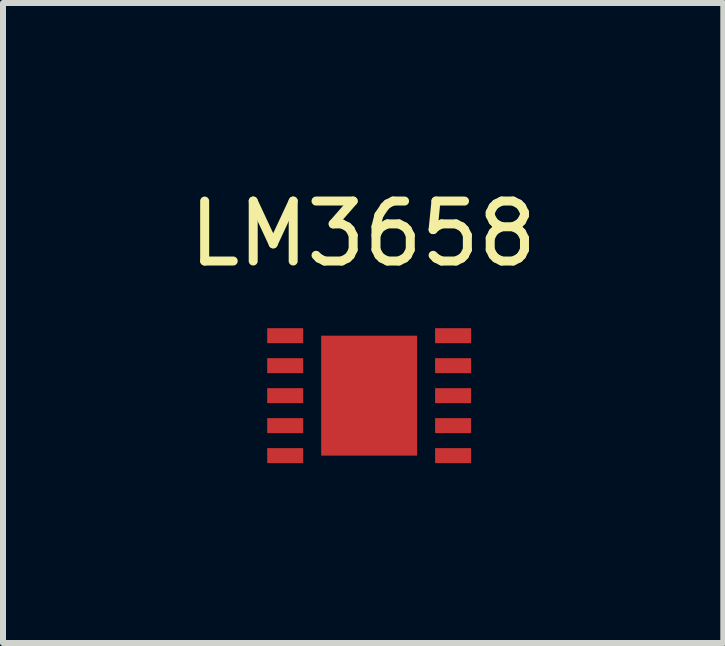
<source format=kicad_pcb>
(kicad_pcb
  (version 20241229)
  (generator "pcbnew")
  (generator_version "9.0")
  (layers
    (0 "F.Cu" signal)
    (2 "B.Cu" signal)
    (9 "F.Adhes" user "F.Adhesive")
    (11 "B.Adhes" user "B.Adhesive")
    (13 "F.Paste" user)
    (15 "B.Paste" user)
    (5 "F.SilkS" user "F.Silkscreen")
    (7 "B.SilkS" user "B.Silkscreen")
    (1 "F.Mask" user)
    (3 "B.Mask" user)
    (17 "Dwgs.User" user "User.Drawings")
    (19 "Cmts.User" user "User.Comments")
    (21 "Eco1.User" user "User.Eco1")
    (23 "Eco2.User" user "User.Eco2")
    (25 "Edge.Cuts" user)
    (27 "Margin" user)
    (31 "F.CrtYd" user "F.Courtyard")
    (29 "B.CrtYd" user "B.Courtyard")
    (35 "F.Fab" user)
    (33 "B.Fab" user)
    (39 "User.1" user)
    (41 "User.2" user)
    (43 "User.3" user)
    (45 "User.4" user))
  (footprint "LM3658"
    (layer "F.Cu")
    (at 3.106 3.548)
    (property "Reference" "LM3658" (at -0.1 -2.7 0) (layer "F.SilkS") (effects (font (size 1 1) (thickness 0.15))))
    (attr through_hole)
    (pad "1" smd rect (at -1.4 -1) (size 0.6 0.25) (layers "F.Cu" "F.Mask" "F.Paste"))
    (pad "2" smd rect (at -1.4 -0.5) (size 0.6 0.25) (layers "F.Cu" "F.Mask" "F.Paste"))
    (pad "3" smd rect (at -1.4 0) (size 0.6 0.25) (layers "F.Cu" "F.Mask" "F.Paste"))
    (pad "4" smd rect (at -1.4 0.5) (size 0.6 0.25) (layers "F.Cu" "F.Mask" "F.Paste"))
    (pad "5" smd rect (at -1.4 1) (size 0.6 0.25) (layers "F.Cu" "F.Mask" "F.Paste"))
    (pad "6" smd rect (at 1.4 1) (size 0.6 0.25) (layers "F.Cu" "F.Mask" "F.Paste"))
    (pad "7" smd rect (at 1.4 0.5) (size 0.6 0.25) (layers "F.Cu" "F.Mask" "F.Paste"))
    (pad "8" smd rect (at 1.4 0) (size 0.6 0.25) (layers "F.Cu" "F.Mask" "F.Paste"))
    (pad "9" smd rect (at 1.4 -0.5) (size 0.6 0.25) (layers "F.Cu" "F.Mask" "F.Paste"))
    (pad "10" smd rect (at 1.4 -1) (size 0.6 0.25) (layers "F.Cu" "F.Mask" "F.Paste"))
    (pad "11" smd rect (at 0 0) (size 1.6 2) (layers "F.Cu" "F.Mask" "F.Paste")))
  (gr_rect
    (start -3 -3)
    (end 9.012 7.673)
    (stroke (width 0.1) (type default))
    (fill no)
    (layer "Edge.Cuts")))
</source>
